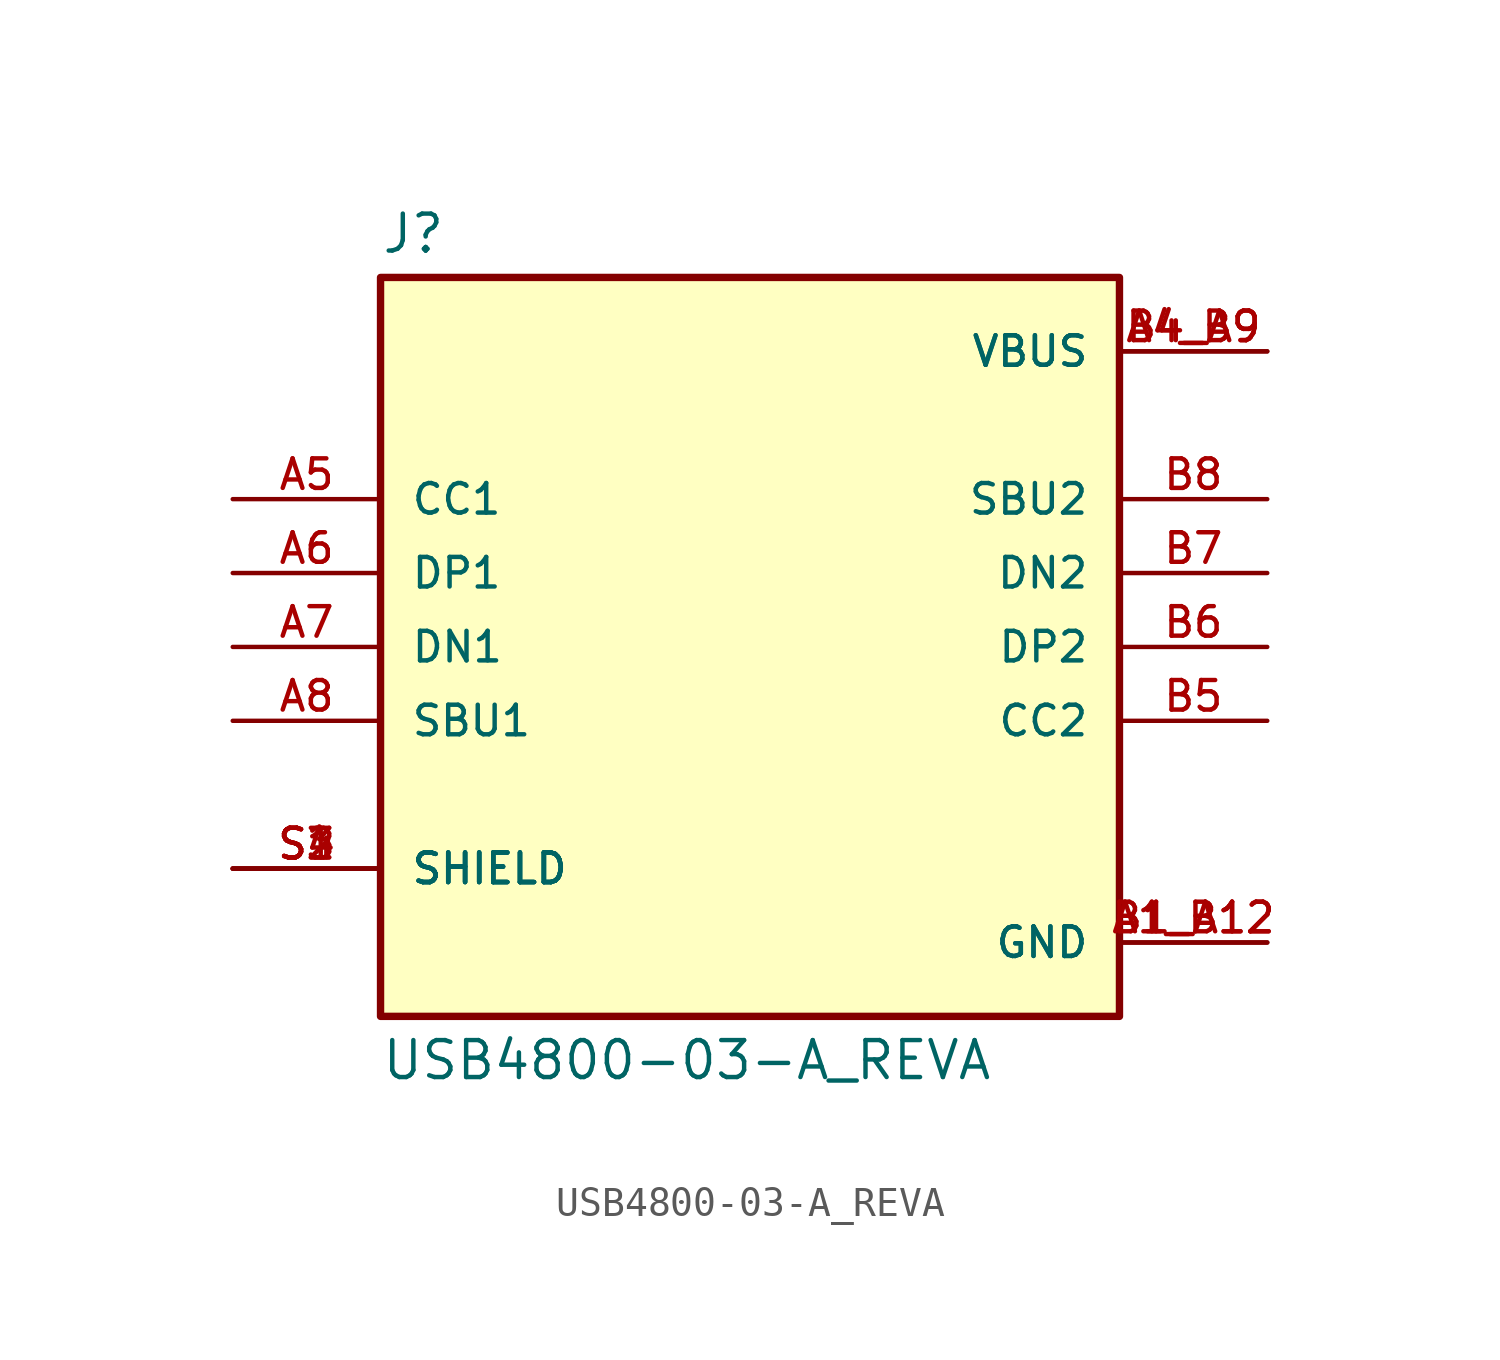
<source format=kicad_sym>
(kicad_symbol_lib
  (version 20211014)
  (generator kicad_symbol_editor)
  (symbol "USB4800-03-A_REVA"
    (pin_names
      (offset 1.016))
    (property "Reference" "J"
      (at -12.7 13.462 0)
      (effects (font (size 1.27 1.27)) (justify bottom left)))
    (property "Value" "USB4800-03-A_REVA"
      (at -12.7 -13.462 0.0)
      (effects (font (size 1.27 1.27)) (justify top left)))
    (symbol "USB4800-03-A_REVA_0_0"
      (rectangle (start -12.7 -12.7) (end 12.7 12.7) (stroke (width 0.254)) (fill (type background)))
      (pin bidirectional line (at -17.78 2.54 0) (length 5.08) (name "DP1" (effects (font (size 1.016 1.016)))) (number "A6" (effects (font (size 1.016 1.016)))))
      (pin bidirectional line (at -17.78 5.08 0) (length 5.08) (name "CC1" (effects (font (size 1.016 1.016)))) (number "A5" (effects (font (size 1.016 1.016)))))
      (pin bidirectional line (at -17.78 -2.54 0) (length 5.08) (name "SBU1" (effects (font (size 1.016 1.016)))) (number "A8" (effects (font (size 1.016 1.016)))))
      (pin bidirectional line (at -17.78 0.0 0) (length 5.08) (name "DN1" (effects (font (size 1.016 1.016)))) (number "A7" (effects (font (size 1.016 1.016)))))
      (pin passive line (at -17.78 -7.62 0) (length 5.08) (name "SHIELD" (effects (font (size 1.016 1.016)))) (number "S1" (effects (font (size 1.016 1.016)))))
      (pin passive line (at -17.78 -7.62 0) (length 5.08) (name "SHIELD" (effects (font (size 1.016 1.016)))) (number "S2" (effects (font (size 1.016 1.016)))))
      (pin passive line (at -17.78 -7.62 0) (length 5.08) (name "SHIELD" (effects (font (size 1.016 1.016)))) (number "S3" (effects (font (size 1.016 1.016)))))
      (pin passive line (at -17.78 -7.62 0) (length 5.08) (name "SHIELD" (effects (font (size 1.016 1.016)))) (number "S4" (effects (font (size 1.016 1.016)))))
      (pin power_in line (at 17.78 -10.16 180.0) (length 5.08) (name "GND" (effects (font (size 1.016 1.016)))) (number "A1_B12" (effects (font (size 1.016 1.016)))))
      (pin power_in line (at 17.78 -10.16 180.0) (length 5.08) (name "GND" (effects (font (size 1.016 1.016)))) (number "B1_A12" (effects (font (size 1.016 1.016)))))
      (pin power_in line (at 17.78 10.16 180.0) (length 5.08) (name "VBUS" (effects (font (size 1.016 1.016)))) (number "A4_B9" (effects (font (size 1.016 1.016)))))
      (pin power_in line (at 17.78 10.16 180.0) (length 5.08) (name "VBUS" (effects (font (size 1.016 1.016)))) (number "B4_A9" (effects (font (size 1.016 1.016)))))
      (pin bidirectional line (at 17.78 0.0 180.0) (length 5.08) (name "DP2" (effects (font (size 1.016 1.016)))) (number "B6" (effects (font (size 1.016 1.016)))))
      (pin bidirectional line (at 17.78 -2.54 180.0) (length 5.08) (name "CC2" (effects (font (size 1.016 1.016)))) (number "B5" (effects (font (size 1.016 1.016)))))
      (pin bidirectional line (at 17.78 5.08 180.0) (length 5.08) (name "SBU2" (effects (font (size 1.016 1.016)))) (number "B8" (effects (font (size 1.016 1.016)))))
      (pin bidirectional line (at 17.78 2.54 180.0) (length 5.08) (name "DN2" (effects (font (size 1.016 1.016)))) (number "B7" (effects (font (size 1.016 1.016))))))))
</source>
